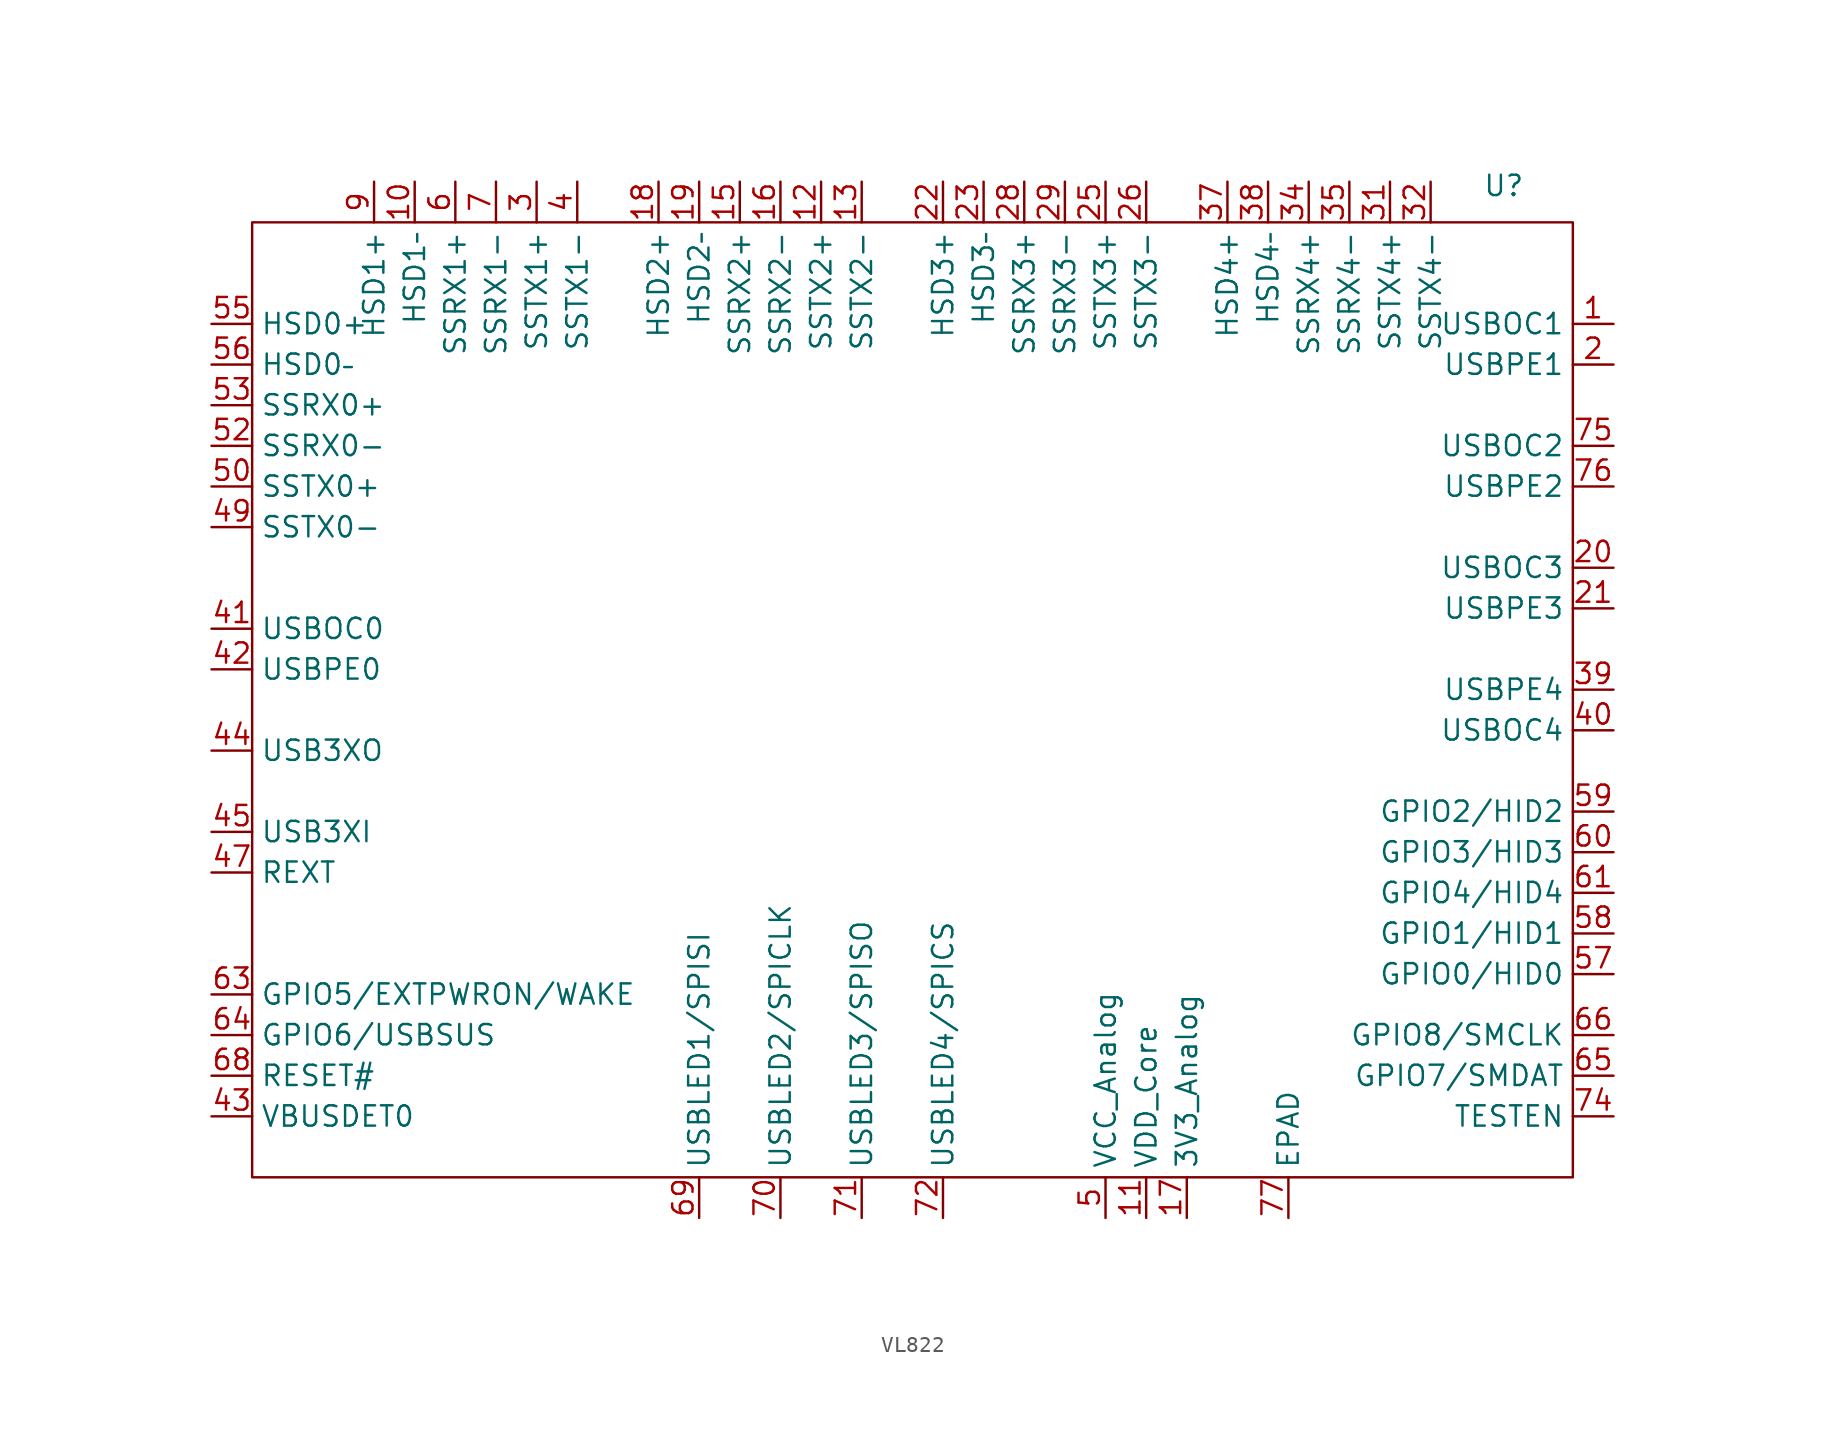
<source format=kicad_sym>
(kicad_symbol_lib
  (version 20231120)
  (generator "kicad_symbol_editor")
  (generator_version "8.0")
  (symbol "VL822"
    (property "Reference" "U"
      (at 37.592 30.226 0)
      (effects (font (size 1.27 1.27))))
    (property "Value" ""
      (at -22.606 14.732 0)
      (effects (font (size 1.27 1.27))))
    (symbol "VL822_0_1"
      (rectangle (start -40.64 27.94) (end 41.91 -31.75) (stroke (width 0) (type default)) (fill (type none))))
    (symbol "VL822_1_0"
      (pin bidirectional line (at 44.45 21.59 180) (length 2.54) (name "USBOC1" (effects (font (size 1.27 1.27)))) (number "1" (effects (font (size 1.27 1.27)))))
      (pin bidirectional line (at -30.48 30.48 270) (length 2.54) (name "HSD1–" (effects (font (size 1.27 1.27)))) (number "10" (effects (font (size 1.27 1.27)))))
      (pin power_in line (at 15.24 -34.29 90) (length 2.54) (name "VDD_Core" (effects (font (size 1.27 1.27)))) (number "11" (effects (font (size 1.27 1.27)))))
      (pin output line (at -5.08 30.48 270) (length 2.54) (name "SSTX2+" (effects (font (size 1.27 1.27)))) (number "12" (effects (font (size 1.27 1.27)))))
      (pin output line (at -2.54 30.48 270) (length 2.54) (name "SSTX2-" (effects (font (size 1.27 1.27)))) (number "13" (effects (font (size 1.27 1.27)))))
      (pin power_in line (at 12.7 -34.29 90) (length 2.54) hide (name "VCC_Analog" (effects (font (size 1.27 1.27)))) (number "14" (effects (font (size 1.27 1.27)))))
      (pin input line (at -10.16 30.48 270) (length 2.54) (name "SSRX2+" (effects (font (size 1.27 1.27)))) (number "15" (effects (font (size 1.27 1.27)))))
      (pin input line (at -7.62 30.48 270) (length 2.54) (name "SSRX2-" (effects (font (size 1.27 1.27)))) (number "16" (effects (font (size 1.27 1.27)))))
      (pin input line (at 17.78 -34.29 90) (length 2.54) (name "3V3_Analog" (effects (font (size 1.27 1.27)))) (number "17" (effects (font (size 1.27 1.27)))))
      (pin bidirectional line (at -15.24 30.48 270) (length 2.54) (name "HSD2+" (effects (font (size 1.27 1.27)))) (number "18" (effects (font (size 1.27 1.27)))))
      (pin bidirectional line (at -12.7 30.48 270) (length 2.54) (name "HSD2–" (effects (font (size 1.27 1.27)))) (number "19" (effects (font (size 1.27 1.27)))))
      (pin output line (at 44.45 19.05 180) (length 2.54) (name "USBPE1" (effects (font (size 1.27 1.27)))) (number "2" (effects (font (size 1.27 1.27)))))
      (pin bidirectional line (at 44.45 6.35 180) (length 2.54) (name "USBOC3" (effects (font (size 1.27 1.27)))) (number "20" (effects (font (size 1.27 1.27)))))
      (pin output line (at 44.45 3.81 180) (length 2.54) (name "USBPE3" (effects (font (size 1.27 1.27)))) (number "21" (effects (font (size 1.27 1.27)))))
      (pin bidirectional line (at 2.54 30.48 270) (length 2.54) (name "HSD3+" (effects (font (size 1.27 1.27)))) (number "22" (effects (font (size 1.27 1.27)))))
      (pin bidirectional line (at 5.08 30.48 270) (length 2.54) (name "HSD3–" (effects (font (size 1.27 1.27)))) (number "23" (effects (font (size 1.27 1.27)))))
      (pin input line (at 17.78 -34.29 90) (length 2.54) hide (name "3V3_Analog" (effects (font (size 1.27 1.27)))) (number "24" (effects (font (size 1.27 1.27)))))
      (pin output line (at 12.7 30.48 270) (length 2.54) (name "SSTX3+" (effects (font (size 1.27 1.27)))) (number "25" (effects (font (size 1.27 1.27)))))
      (pin output line (at 15.24 30.48 270) (length 2.54) (name "SSTX3-" (effects (font (size 1.27 1.27)))) (number "26" (effects (font (size 1.27 1.27)))))
      (pin power_in line (at 12.7 -34.29 90) (length 2.54) hide (name "VCC_Analog" (effects (font (size 1.27 1.27)))) (number "27" (effects (font (size 1.27 1.27)))))
      (pin input line (at 7.62 30.48 270) (length 2.54) (name "SSRX3+" (effects (font (size 1.27 1.27)))) (number "28" (effects (font (size 1.27 1.27)))))
      (pin input line (at 10.16 30.48 270) (length 2.54) (name "SSRX3-" (effects (font (size 1.27 1.27)))) (number "29" (effects (font (size 1.27 1.27)))))
      (pin output line (at -22.86 30.48 270) (length 2.54) (name "SSTX1+" (effects (font (size 1.27 1.27)))) (number "3" (effects (font (size 1.27 1.27)))))
      (pin power_in line (at 15.24 -34.29 90) (length 2.54) hide (name "VDD_Core" (effects (font (size 1.27 1.27)))) (number "30" (effects (font (size 1.27 1.27)))))
      (pin output line (at 30.48 30.48 270) (length 2.54) (name "SSTX4+" (effects (font (size 1.27 1.27)))) (number "31" (effects (font (size 1.27 1.27)))))
      (pin output line (at 33.02 30.48 270) (length 2.54) (name "SSTX4-" (effects (font (size 1.27 1.27)))) (number "32" (effects (font (size 1.27 1.27)))))
      (pin power_in line (at 12.7 -34.29 90) (length 2.54) hide (name "VCC_Analog" (effects (font (size 1.27 1.27)))) (number "33" (effects (font (size 1.27 1.27)))))
      (pin input line (at 25.4 30.48 270) (length 2.54) (name "SSRX4+" (effects (font (size 1.27 1.27)))) (number "34" (effects (font (size 1.27 1.27)))))
      (pin input line (at 27.94 30.48 270) (length 2.54) (name "SSRX4-" (effects (font (size 1.27 1.27)))) (number "35" (effects (font (size 1.27 1.27)))))
      (pin power_in line (at 12.7 -34.29 90) (length 2.54) hide (name "VCC_Analog" (effects (font (size 1.27 1.27)))) (number "36" (effects (font (size 1.27 1.27)))))
      (pin bidirectional line (at 20.32 30.48 270) (length 2.54) (name "HSD4+" (effects (font (size 1.27 1.27)))) (number "37" (effects (font (size 1.27 1.27)))))
      (pin bidirectional line (at 22.86 30.48 270) (length 2.54) (name "HSD4–" (effects (font (size 1.27 1.27)))) (number "38" (effects (font (size 1.27 1.27)))))
      (pin bidirectional line (at 44.45 -1.27 180) (length 2.54) (name "USBPE4" (effects (font (size 1.27 1.27)))) (number "39" (effects (font (size 1.27 1.27)))))
      (pin output line (at -20.32 30.48 270) (length 2.54) (name "SSTX1-" (effects (font (size 1.27 1.27)))) (number "4" (effects (font (size 1.27 1.27)))))
      (pin output line (at 44.45 -3.81 180) (length 2.54) (name "USBOC4" (effects (font (size 1.27 1.27)))) (number "40" (effects (font (size 1.27 1.27)))))
      (pin bidirectional line (at -43.18 2.54 0) (length 2.54) (name "USBOC0" (effects (font (size 1.27 1.27)))) (number "41" (effects (font (size 1.27 1.27)))))
      (pin output line (at -43.18 0 0) (length 2.54) (name "USBPE0" (effects (font (size 1.27 1.27)))) (number "42" (effects (font (size 1.27 1.27)))))
      (pin input line (at -43.18 -27.94 0) (length 2.54) (name "VBUSDET0" (effects (font (size 1.27 1.27)))) (number "43" (effects (font (size 1.27 1.27)))))
      (pin output line (at -43.18 -5.08 0) (length 2.54) (name "USB3XO" (effects (font (size 1.27 1.27)))) (number "44" (effects (font (size 1.27 1.27)))))
      (pin input line (at -43.18 -10.16 0) (length 2.54) (name "USB3XI" (effects (font (size 1.27 1.27)))) (number "45" (effects (font (size 1.27 1.27)))))
      (pin input line (at 17.78 -34.29 90) (length 2.54) hide (name "3V3_Analog" (effects (font (size 1.27 1.27)))) (number "46" (effects (font (size 1.27 1.27)))))
      (pin input line (at -43.18 -12.7 0) (length 2.54) (name "REXT" (effects (font (size 1.27 1.27)))) (number "47" (effects (font (size 1.27 1.27)))))
      (pin power_in line (at 15.24 -34.29 90) (length 2.54) hide (name "VDD_Core" (effects (font (size 1.27 1.27)))) (number "48" (effects (font (size 1.27 1.27)))))
      (pin power_in line (at 12.7 -34.29 90) (length 2.54) (name "VCC_Analog" (effects (font (size 1.27 1.27)))) (number "5" (effects (font (size 1.27 1.27)))))
      (pin power_in line (at 12.7 -34.29 90) (length 2.54) hide (name "VCC_Analog" (effects (font (size 1.27 1.27)))) (number "51" (effects (font (size 1.27 1.27)))))
      (pin power_in line (at 12.7 -34.29 90) (length 2.54) hide (name "VCC_Analog" (effects (font (size 1.27 1.27)))) (number "54" (effects (font (size 1.27 1.27)))))
      (pin bidirectional line (at -43.18 21.59 0) (length 2.54) (name "HSD0+" (effects (font (size 1.27 1.27)))) (number "55" (effects (font (size 1.27 1.27)))))
      (pin bidirectional line (at -43.18 19.05 0) (length 2.54) (name "HSD0–" (effects (font (size 1.27 1.27)))) (number "56" (effects (font (size 1.27 1.27)))))
      (pin bidirectional line (at 44.45 -19.05 180) (length 2.54) (name "GPIO0/HID0" (effects (font (size 1.27 1.27)))) (number "57" (effects (font (size 1.27 1.27)))))
      (pin bidirectional line (at 44.45 -16.51 180) (length 2.54) (name "GPIO1/HID1" (effects (font (size 1.27 1.27)))) (number "58" (effects (font (size 1.27 1.27)))))
      (pin bidirectional line (at 44.45 -8.89 180) (length 2.54) (name "GPIO2/HID2" (effects (font (size 1.27 1.27)))) (number "59" (effects (font (size 1.27 1.27)))))
      (pin input line (at -27.94 30.48 270) (length 2.54) (name "SSRX1+" (effects (font (size 1.27 1.27)))) (number "6" (effects (font (size 1.27 1.27)))))
      (pin bidirectional line (at 44.45 -11.43 180) (length 2.54) (name "GPIO3/HID3" (effects (font (size 1.27 1.27)))) (number "60" (effects (font (size 1.27 1.27)))))
      (pin bidirectional line (at 44.45 -13.97 180) (length 2.54) (name "GPIO4/HID4" (effects (font (size 1.27 1.27)))) (number "61" (effects (font (size 1.27 1.27)))))
      (pin input line (at 17.78 -34.29 90) (length 2.54) hide (name "3V3_Analog" (effects (font (size 1.27 1.27)))) (number "62" (effects (font (size 1.27 1.27)))))
      (pin bidirectional line (at -43.18 -20.32 0) (length 2.54) (name "GPIO5/EXTPWRON/WAKE" (effects (font (size 1.27 1.27)))) (number "63" (effects (font (size 1.27 1.27)))))
      (pin bidirectional line (at -43.18 -22.86 0) (length 2.54) (name "GPIO6/USBSUS" (effects (font (size 1.27 1.27)))) (number "64" (effects (font (size 1.27 1.27)))))
      (pin bidirectional line (at 44.45 -25.4 180) (length 2.54) (name "GPIO7/SMDAT" (effects (font (size 1.27 1.27)))) (number "65" (effects (font (size 1.27 1.27)))))
      (pin bidirectional line (at 44.45 -22.86 180) (length 2.54) (name "GPIO8/SMCLK" (effects (font (size 1.27 1.27)))) (number "66" (effects (font (size 1.27 1.27)))))
      (pin power_in line (at 15.24 -34.29 90) (length 2.54) hide (name "VDD_Core" (effects (font (size 1.27 1.27)))) (number "67" (effects (font (size 1.27 1.27)))))
      (pin input line (at -43.18 -25.4 0) (length 2.54) (name "RESET#" (effects (font (size 1.27 1.27)))) (number "68" (effects (font (size 1.27 1.27)))))
      (pin bidirectional line (at -12.7 -34.29 90) (length 2.54) (name "USBLED1/SPISI" (effects (font (size 1.27 1.27)))) (number "69" (effects (font (size 1.27 1.27)))))
      (pin input line (at -25.4 30.48 270) (length 2.54) (name "SSRX1-" (effects (font (size 1.27 1.27)))) (number "7" (effects (font (size 1.27 1.27)))))
      (pin bidirectional line (at -7.62 -34.29 90) (length 2.54) (name "USBLED2/SPICLK" (effects (font (size 1.27 1.27)))) (number "70" (effects (font (size 1.27 1.27)))))
      (pin bidirectional line (at -2.54 -34.29 90) (length 2.54) (name "USBLED3/SPISO" (effects (font (size 1.27 1.27)))) (number "71" (effects (font (size 1.27 1.27)))))
      (pin bidirectional line (at 2.54 -34.29 90) (length 2.54) (name "USBLED4/SPICS" (effects (font (size 1.27 1.27)))) (number "72" (effects (font (size 1.27 1.27)))))
      (pin input line (at 17.78 -34.29 90) (length 2.54) hide (name "3V3_Analog" (effects (font (size 1.27 1.27)))) (number "73" (effects (font (size 1.27 1.27)))))
      (pin input line (at 44.45 -27.94 180) (length 2.54) (name "TESTEN" (effects (font (size 1.27 1.27)))) (number "74" (effects (font (size 1.27 1.27)))))
      (pin bidirectional line (at 44.45 13.97 180) (length 2.54) (name "USBOC2" (effects (font (size 1.27 1.27)))) (number "75" (effects (font (size 1.27 1.27)))))
      (pin output line (at 44.45 11.43 180) (length 2.54) (name "USBPE2" (effects (font (size 1.27 1.27)))) (number "76" (effects (font (size 1.27 1.27)))))
      (pin passive line (at 24.13 -34.29 90) (length 2.54) (name "EPAD" (effects (font (size 1.27 1.27)))) (number "77" (effects (font (size 1.27 1.27)))))
      (pin power_in line (at 12.7 -34.29 90) (length 2.54) hide (name "VCC_Analog" (effects (font (size 1.27 1.27)))) (number "8" (effects (font (size 1.27 1.27)))))
      (pin bidirectional line (at -33.02 30.48 270) (length 2.54) (name "HSD1+" (effects (font (size 1.27 1.27)))) (number "9" (effects (font (size 1.27 1.27))))))
    (symbol "VL822_1_1"
      (pin output line (at -43.18 8.89 0) (length 2.54) (name "SSTX0-" (effects (font (size 1.27 1.27)))) (number "49" (effects (font (size 1.27 1.27)))))
      (pin output line (at -43.18 11.43 0) (length 2.54) (name "SSTX0+" (effects (font (size 1.27 1.27)))) (number "50" (effects (font (size 1.27 1.27)))))
      (pin input line (at -43.18 13.97 0) (length 2.54) (name "SSRX0-" (effects (font (size 1.27 1.27)))) (number "52" (effects (font (size 1.27 1.27)))))
      (pin input line (at -43.18 16.51 0) (length 2.54) (name "SSRX0+" (effects (font (size 1.27 1.27)))) (number "53" (effects (font (size 1.27 1.27))))))))
</source>
